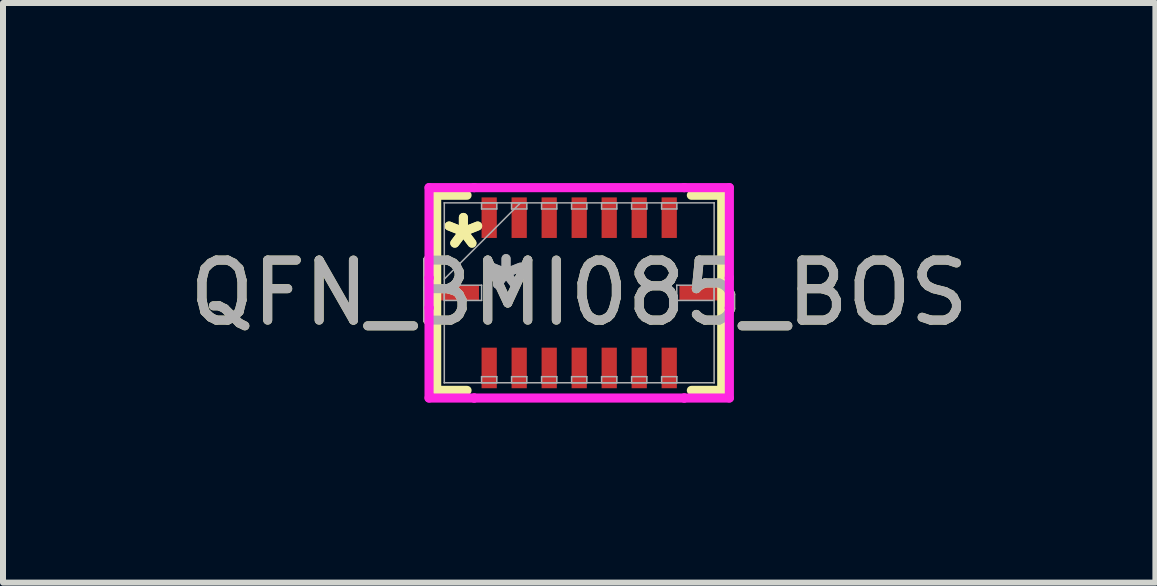
<source format=kicad_pcb>
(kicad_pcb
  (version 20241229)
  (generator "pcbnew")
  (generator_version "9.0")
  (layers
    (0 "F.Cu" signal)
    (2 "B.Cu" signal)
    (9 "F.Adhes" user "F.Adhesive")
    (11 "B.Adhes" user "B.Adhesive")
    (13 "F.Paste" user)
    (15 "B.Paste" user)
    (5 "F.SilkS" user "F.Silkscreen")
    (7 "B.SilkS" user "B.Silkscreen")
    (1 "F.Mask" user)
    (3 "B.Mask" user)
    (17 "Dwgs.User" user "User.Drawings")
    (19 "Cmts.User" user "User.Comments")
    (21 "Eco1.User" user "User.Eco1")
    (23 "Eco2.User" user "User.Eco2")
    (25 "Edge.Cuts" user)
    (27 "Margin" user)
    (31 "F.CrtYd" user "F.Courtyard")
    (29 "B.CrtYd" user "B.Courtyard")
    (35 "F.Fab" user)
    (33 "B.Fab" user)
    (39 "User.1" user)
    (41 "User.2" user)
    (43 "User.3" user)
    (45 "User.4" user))
  (footprint "QFN_BMI085_BOS"
    (layer "F.Cu")
    (at 6.601 1.829)
    (property "Reference" "QFN_BMI085_BOS" (at 0 0 0) (unlocked yes) (layer "F.SilkS") (effects (font (size 1 1) (thickness 0.15))))
    (attr smd)
    (fp_line (start -2.375 -1.626) (end -2.375 1.626) (stroke (width 0.152) (type solid)) (layer "F.SilkS"))
    (fp_line (start -2.375 1.626) (end -1.869 1.626) (stroke (width 0.152) (type solid)) (layer "F.SilkS"))
    (fp_line (start -1.869 -1.626) (end -2.375 -1.626) (stroke (width 0.152) (type solid)) (layer "F.SilkS"))
    (fp_line (start 1.869 1.626) (end 2.375 1.626) (stroke (width 0.152) (type solid)) (layer "F.SilkS"))
    (fp_line (start 2.375 -1.626) (end 1.869 -1.626) (stroke (width 0.152) (type solid)) (layer "F.SilkS"))
    (fp_line (start 2.375 1.626) (end 2.375 -1.626) (stroke (width 0.152) (type solid)) (layer "F.SilkS"))
    (fp_line (start -2.502 -1.753) (end -1.75 -1.753) (stroke (width 0.152) (type solid)) (layer "F.CrtYd"))
    (fp_line (start -2.502 -0.25) (end -2.502 -1.753) (stroke (width 0.152) (type solid)) (layer "F.CrtYd"))
    (fp_line (start -2.502 -0.25) (end -2.502 -0.25) (stroke (width 0.152) (type solid)) (layer "F.CrtYd"))
    (fp_line (start -2.502 0.25) (end -2.502 -0.25) (stroke (width 0.152) (type solid)) (layer "F.CrtYd"))
    (fp_line (start -2.502 0.25) (end -2.502 0.25) (stroke (width 0.152) (type solid)) (layer "F.CrtYd"))
    (fp_line (start -2.502 1.753) (end -2.502 0.25) (stroke (width 0.152) (type solid)) (layer "F.CrtYd"))
    (fp_line (start -1.75 -1.753) (end -1.75 -1.753) (stroke (width 0.152) (type solid)) (layer "F.CrtYd"))
    (fp_line (start -1.75 -1.753) (end 1.75 -1.753) (stroke (width 0.152) (type solid)) (layer "F.CrtYd"))
    (fp_line (start -1.75 1.753) (end -2.502 1.753) (stroke (width 0.152) (type solid)) (layer "F.CrtYd"))
    (fp_line (start -1.75 1.753) (end -1.75 1.753) (stroke (width 0.152) (type solid)) (layer "F.CrtYd"))
    (fp_line (start 1.75 -1.753) (end 1.75 -1.753) (stroke (width 0.152) (type solid)) (layer "F.CrtYd"))
    (fp_line (start 1.75 -1.753) (end 2.502 -1.753) (stroke (width 0.152) (type solid)) (layer "F.CrtYd"))
    (fp_line (start 1.75 1.753) (end -1.75 1.753) (stroke (width 0.152) (type solid)) (layer "F.CrtYd"))
    (fp_line (start 1.75 1.753) (end 1.75 1.753) (stroke (width 0.152) (type solid)) (layer "F.CrtYd"))
    (fp_line (start 2.502 -1.753) (end 2.502 -0.25) (stroke (width 0.152) (type solid)) (layer "F.CrtYd"))
    (fp_line (start 2.502 -0.25) (end 2.502 -0.25) (stroke (width 0.152) (type solid)) (layer "F.CrtYd"))
    (fp_line (start 2.502 -0.25) (end 2.502 0.25) (stroke (width 0.152) (type solid)) (layer "F.CrtYd"))
    (fp_line (start 2.502 0.25) (end 2.502 0.25) (stroke (width 0.152) (type solid)) (layer "F.CrtYd"))
    (fp_line (start 2.502 0.25) (end 2.502 1.753) (stroke (width 0.152) (type solid)) (layer "F.CrtYd"))
    (fp_line (start 2.502 1.753) (end 1.75 1.753) (stroke (width 0.152) (type solid)) (layer "F.CrtYd"))
    (fp_line (start -2.248 -1.499) (end -2.248 -1.499) (stroke (width 0.025) (type solid)) (layer "F.Fab"))
    (fp_line (start -2.248 -1.499) (end -2.248 1.499) (stroke (width 0.025) (type solid)) (layer "F.Fab"))
    (fp_line (start -2.248 -0.229) (end -0.978 -1.499) (stroke (width 0.025) (type solid)) (layer "F.Fab"))
    (fp_line (start -2.248 -0.127) (end -1.626 -0.127) (stroke (width 0.025) (type solid)) (layer "F.Fab"))
    (fp_line (start -2.248 0.127) (end -2.248 -0.127) (stroke (width 0.025) (type solid)) (layer "F.Fab"))
    (fp_line (start -2.248 1.499) (end -2.248 1.499) (stroke (width 0.025) (type solid)) (layer "F.Fab"))
    (fp_line (start -2.248 1.499) (end 2.248 1.499) (stroke (width 0.025) (type solid)) (layer "F.Fab"))
    (fp_line (start -1.627 -1.499) (end -1.373 -1.499) (stroke (width 0.025) (type solid)) (layer "F.Fab"))
    (fp_line (start -1.627 -1.397) (end -1.627 -1.499) (stroke (width 0.025) (type solid)) (layer "F.Fab"))
    (fp_line (start -1.627 1.397) (end -1.373 1.397) (stroke (width 0.025) (type solid)) (layer "F.Fab"))
    (fp_line (start -1.627 1.499) (end -1.627 1.397) (stroke (width 0.025) (type solid)) (layer "F.Fab"))
    (fp_line (start -1.626 -0.127) (end -1.626 0.127) (stroke (width 0.025) (type solid)) (layer "F.Fab"))
    (fp_line (start -1.626 0.127) (end -2.248 0.127) (stroke (width 0.025) (type solid)) (layer "F.Fab"))
    (fp_line (start -1.373 -1.499) (end -1.373 -1.397) (stroke (width 0.025) (type solid)) (layer "F.Fab"))
    (fp_line (start -1.373 -1.397) (end -1.627 -1.397) (stroke (width 0.025) (type solid)) (layer "F.Fab"))
    (fp_line (start -1.373 1.397) (end -1.373 1.499) (stroke (width 0.025) (type solid)) (layer "F.Fab"))
    (fp_line (start -1.373 1.499) (end -1.627 1.499) (stroke (width 0.025) (type solid)) (layer "F.Fab"))
    (fp_line (start -1.127 -1.499) (end -0.873 -1.499) (stroke (width 0.025) (type solid)) (layer "F.Fab"))
    (fp_line (start -1.127 -1.397) (end -1.127 -1.499) (stroke (width 0.025) (type solid)) (layer "F.Fab"))
    (fp_line (start -1.127 1.397) (end -0.873 1.397) (stroke (width 0.025) (type solid)) (layer "F.Fab"))
    (fp_line (start -1.127 1.499) (end -1.127 1.397) (stroke (width 0.025) (type solid)) (layer "F.Fab"))
    (fp_line (start -0.873 -1.499) (end -0.873 -1.397) (stroke (width 0.025) (type solid)) (layer "F.Fab"))
    (fp_line (start -0.873 -1.397) (end -1.127 -1.397) (stroke (width 0.025) (type solid)) (layer "F.Fab"))
    (fp_line (start -0.873 1.397) (end -0.873 1.499) (stroke (width 0.025) (type solid)) (layer "F.Fab"))
    (fp_line (start -0.873 1.499) (end -1.127 1.499) (stroke (width 0.025) (type solid)) (layer "F.Fab"))
    (fp_line (start -0.627 -1.499) (end -0.373 -1.499) (stroke (width 0.025) (type solid)) (layer "F.Fab"))
    (fp_line (start -0.627 -1.397) (end -0.627 -1.499) (stroke (width 0.025) (type solid)) (layer "F.Fab"))
    (fp_line (start -0.627 1.397) (end -0.373 1.397) (stroke (width 0.025) (type solid)) (layer "F.Fab"))
    (fp_line (start -0.627 1.499) (end -0.627 1.397) (stroke (width 0.025) (type solid)) (layer "F.Fab"))
    (fp_line (start -0.373 -1.499) (end -0.373 -1.397) (stroke (width 0.025) (type solid)) (layer "F.Fab"))
    (fp_line (start -0.373 -1.397) (end -0.627 -1.397) (stroke (width 0.025) (type solid)) (layer "F.Fab"))
    (fp_line (start -0.373 1.397) (end -0.373 1.499) (stroke (width 0.025) (type solid)) (layer "F.Fab"))
    (fp_line (start -0.373 1.499) (end -0.627 1.499) (stroke (width 0.025) (type solid)) (layer "F.Fab"))
    (fp_line (start -0.127 -1.499) (end 0.127 -1.499) (stroke (width 0.025) (type solid)) (layer "F.Fab"))
    (fp_line (start -0.127 -1.397) (end -0.127 -1.499) (stroke (width 0.025) (type solid)) (layer "F.Fab"))
    (fp_line (start -0.127 1.397) (end 0.127 1.397) (stroke (width 0.025) (type solid)) (layer "F.Fab"))
    (fp_line (start -0.127 1.499) (end -0.127 1.397) (stroke (width 0.025) (type solid)) (layer "F.Fab"))
    (fp_line (start 0.127 -1.499) (end 0.127 -1.397) (stroke (width 0.025) (type solid)) (layer "F.Fab"))
    (fp_line (start 0.127 -1.397) (end -0.127 -1.397) (stroke (width 0.025) (type solid)) (layer "F.Fab"))
    (fp_line (start 0.127 1.397) (end 0.127 1.499) (stroke (width 0.025) (type solid)) (layer "F.Fab"))
    (fp_line (start 0.127 1.499) (end -0.127 1.499) (stroke (width 0.025) (type solid)) (layer "F.Fab"))
    (fp_line (start 0.373 -1.499) (end 0.627 -1.499) (stroke (width 0.025) (type solid)) (layer "F.Fab"))
    (fp_line (start 0.373 -1.397) (end 0.373 -1.499) (stroke (width 0.025) (type solid)) (layer "F.Fab"))
    (fp_line (start 0.373 1.397) (end 0.627 1.397) (stroke (width 0.025) (type solid)) (layer "F.Fab"))
    (fp_line (start 0.373 1.499) (end 0.373 1.397) (stroke (width 0.025) (type solid)) (layer "F.Fab"))
    (fp_line (start 0.627 -1.499) (end 0.627 -1.397) (stroke (width 0.025) (type solid)) (layer "F.Fab"))
    (fp_line (start 0.627 -1.397) (end 0.373 -1.397) (stroke (width 0.025) (type solid)) (layer "F.Fab"))
    (fp_line (start 0.627 1.397) (end 0.627 1.499) (stroke (width 0.025) (type solid)) (layer "F.Fab"))
    (fp_line (start 0.627 1.499) (end 0.373 1.499) (stroke (width 0.025) (type solid)) (layer "F.Fab"))
    (fp_line (start 0.873 -1.499) (end 1.127 -1.499) (stroke (width 0.025) (type solid)) (layer "F.Fab"))
    (fp_line (start 0.873 -1.397) (end 0.873 -1.499) (stroke (width 0.025) (type solid)) (layer "F.Fab"))
    (fp_line (start 0.873 1.397) (end 1.127 1.397) (stroke (width 0.025) (type solid)) (layer "F.Fab"))
    (fp_line (start 0.873 1.499) (end 0.873 1.397) (stroke (width 0.025) (type solid)) (layer "F.Fab"))
    (fp_line (start 1.127 -1.499) (end 1.127 -1.397) (stroke (width 0.025) (type solid)) (layer "F.Fab"))
    (fp_line (start 1.127 -1.397) (end 0.873 -1.397) (stroke (width 0.025) (type solid)) (layer "F.Fab"))
    (fp_line (start 1.127 1.397) (end 1.127 1.499) (stroke (width 0.025) (type solid)) (layer "F.Fab"))
    (fp_line (start 1.127 1.499) (end 0.873 1.499) (stroke (width 0.025) (type solid)) (layer "F.Fab"))
    (fp_line (start 1.373 -1.499) (end 1.627 -1.499) (stroke (width 0.025) (type solid)) (layer "F.Fab"))
    (fp_line (start 1.373 -1.397) (end 1.373 -1.499) (stroke (width 0.025) (type solid)) (layer "F.Fab"))
    (fp_line (start 1.373 1.397) (end 1.627 1.397) (stroke (width 0.025) (type solid)) (layer "F.Fab"))
    (fp_line (start 1.373 1.499) (end 1.373 1.397) (stroke (width 0.025) (type solid)) (layer "F.Fab"))
    (fp_line (start 1.626 -0.127) (end 2.248 -0.127) (stroke (width 0.025) (type solid)) (layer "F.Fab"))
    (fp_line (start 1.626 0.127) (end 1.626 -0.127) (stroke (width 0.025) (type solid)) (layer "F.Fab"))
    (fp_line (start 1.627 -1.499) (end 1.627 -1.397) (stroke (width 0.025) (type solid)) (layer "F.Fab"))
    (fp_line (start 1.627 -1.397) (end 1.373 -1.397) (stroke (width 0.025) (type solid)) (layer "F.Fab"))
    (fp_line (start 1.627 1.397) (end 1.627 1.499) (stroke (width 0.025) (type solid)) (layer "F.Fab"))
    (fp_line (start 1.627 1.499) (end 1.373 1.499) (stroke (width 0.025) (type solid)) (layer "F.Fab"))
    (fp_line (start 2.248 -1.499) (end -2.248 -1.499) (stroke (width 0.025) (type solid)) (layer "F.Fab"))
    (fp_line (start 2.248 -1.499) (end 2.248 -1.499) (stroke (width 0.025) (type solid)) (layer "F.Fab"))
    (fp_line (start 2.248 -0.127) (end 2.248 0.127) (stroke (width 0.025) (type solid)) (layer "F.Fab"))
    (fp_line (start 2.248 0.127) (end 1.626 0.127) (stroke (width 0.025) (type solid)) (layer "F.Fab"))
    (fp_line (start 2.248 1.499) (end 2.248 -1.499) (stroke (width 0.025) (type solid)) (layer "F.Fab"))
    (fp_line (start 2.248 1.499) (end 2.248 1.499) (stroke (width 0.025) (type solid)) (layer "F.Fab"))
    (fp_text user "*" (at -1.93 -0.711 0) (layer "F.SilkS") (effects (font (size 1 1) (thickness 0.15))))
    (fp_text user "*" (at -1.93 -0.711 0) (unlocked yes) (layer "F.SilkS") (effects (font (size 1 1) (thickness 0.15))))
    (fp_text user "*" (at -1.219 -0.025 0) (unlocked yes) (layer "F.Fab") (effects (font (size 1 1) (thickness 0.15))))
    (fp_text user "${REFERENCE}" (at 0 0 0) (unlocked yes) (layer "F.Fab") (effects (font (size 1 1) (thickness 0.15))))
    (fp_text user "*" (at -1.219 -0.025 0) (layer "F.Fab") (effects (font (size 1 1) (thickness 0.15))))
    (pad "1" smd rect (at -1.5 -1.252) (size 0.254 0.676) (layers "F.Cu" "F.Mask" "F.Paste"))
    (pad "2" smd rect (at -1 -1.252) (size 0.254 0.676) (layers "F.Cu" "F.Mask" "F.Paste"))
    (pad "3" smd rect (at -0.5 -1.252) (size 0.254 0.676) (layers "F.Cu" "F.Mask" "F.Paste"))
    (pad "4" smd rect (at 0 -1.252) (size 0.254 0.676) (layers "F.Cu" "F.Mask" "F.Paste"))
    (pad "5" smd rect (at 0.5 -1.252) (size 0.254 0.676) (layers "F.Cu" "F.Mask" "F.Paste"))
    (pad "6" smd rect (at 1 -1.252) (size 0.254 0.676) (layers "F.Cu" "F.Mask" "F.Paste"))
    (pad "7" smd rect (at 1.5 -1.252) (size 0.254 0.676) (layers "F.Cu" "F.Mask" "F.Paste"))
    (pad "8" smd rect (at 2.005 0 90) (size 0.254 0.67) (layers "F.Cu" "F.Mask" "F.Paste"))
    (pad "9" smd rect (at 1.5 1.252) (size 0.254 0.676) (layers "F.Cu" "F.Mask" "F.Paste"))
    (pad "10" smd rect (at 1 1.252) (size 0.254 0.676) (layers "F.Cu" "F.Mask" "F.Paste"))
    (pad "11" smd rect (at 0.5 1.252) (size 0.254 0.676) (layers "F.Cu" "F.Mask" "F.Paste"))
    (pad "12" smd rect (at 0 1.252) (size 0.254 0.676) (layers "F.Cu" "F.Mask" "F.Paste"))
    (pad "13" smd rect (at -0.5 1.252) (size 0.254 0.676) (layers "F.Cu" "F.Mask" "F.Paste"))
    (pad "14" smd rect (at -1 1.252) (size 0.254 0.676) (layers "F.Cu" "F.Mask" "F.Paste"))
    (pad "15" smd rect (at -1.5 1.252) (size 0.254 0.676) (layers "F.Cu" "F.Mask" "F.Paste"))
    (pad "16" smd rect (at -2.005 0 90) (size 0.254 0.67) (layers "F.Cu" "F.Mask" "F.Paste")))
  (gr_rect
    (start -3 -3)
    (end 16.202 6.658)
    (stroke (width 0.1) (type default))
    (fill no)
    (layer "Edge.Cuts")))
</source>
